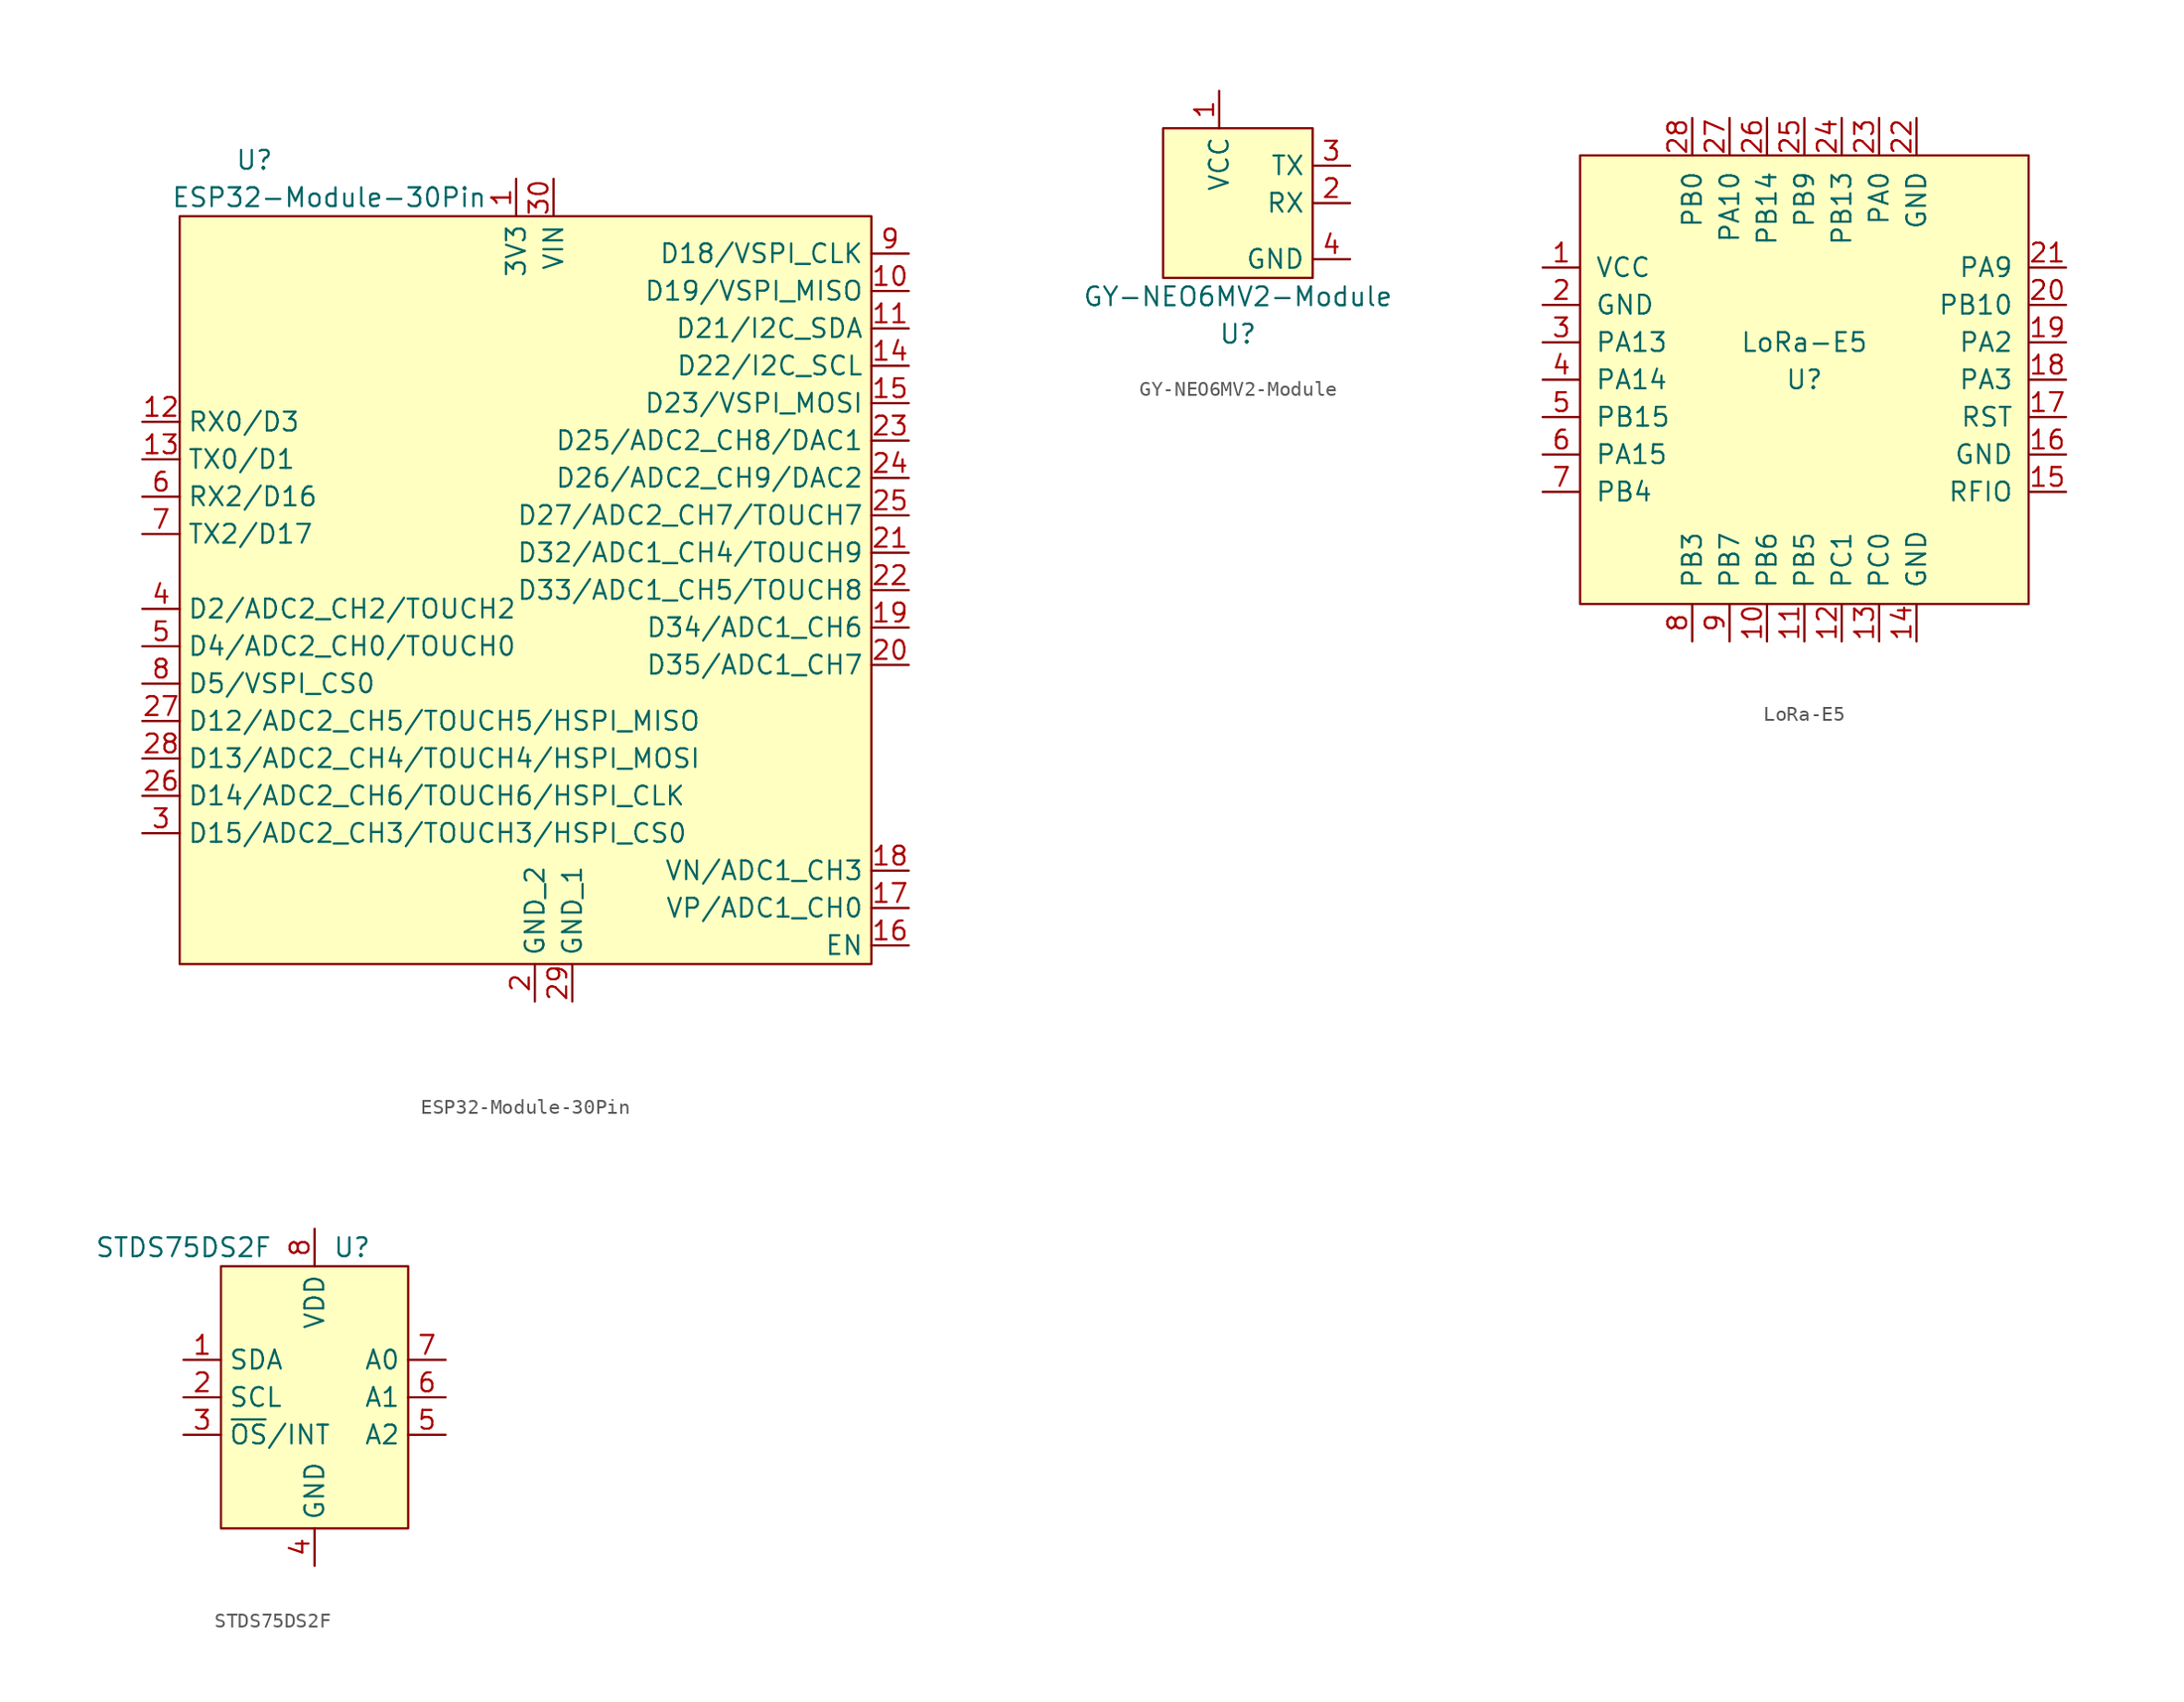
<source format=kicad_sym>
(kicad_symbol_lib
  (version 20220914)
  (generator kicad_symbol_editor)
  (symbol "ESP32-Module-30Pin"
    (property "Reference" "U"
      (at -20.32 19.05 0)
      (effects (font (size 1.27 1.27))))
    (property "Value" "ESP32-Module-30Pin"
      (at -15.24 16.51 0)
      (effects (font (size 1.27 1.27))))
    (symbol "ESP32-Module-30Pin_1_1"
      (rectangle (start -25.4 15.24) (end 21.59 -35.56) (stroke (width 0) (type default)) (fill (type background)))
      (pin bidirectional line (at -2.54 17.78 270) (length 2.54) (name "3V3" (effects (font (size 1.27 1.27)))) (number "1" (effects (font (size 1.27 1.27)))))
      (pin bidirectional line (at 24.13 10.16 180) (length 2.54) (name "D19/VSPI_MISO" (effects (font (size 1.27 1.27)))) (number "10" (effects (font (size 1.27 1.27)))))
      (pin bidirectional line (at 24.13 7.62 180) (length 2.54) (name "D21/I2C_SDA" (effects (font (size 1.27 1.27)))) (number "11" (effects (font (size 1.27 1.27)))))
      (pin bidirectional line (at -27.94 1.27 0) (length 2.54) (name "RX0/D3" (effects (font (size 1.27 1.27)))) (number "12" (effects (font (size 1.27 1.27)))))
      (pin bidirectional line (at -27.94 -1.27 0) (length 2.54) (name "TX0/D1" (effects (font (size 1.27 1.27)))) (number "13" (effects (font (size 1.27 1.27)))))
      (pin bidirectional line (at 24.13 5.08 180) (length 2.54) (name "D22/I2C_SCL" (effects (font (size 1.27 1.27)))) (number "14" (effects (font (size 1.27 1.27)))))
      (pin bidirectional line (at 24.13 2.54 180) (length 2.54) (name "D23/VSPI_MOSI" (effects (font (size 1.27 1.27)))) (number "15" (effects (font (size 1.27 1.27)))))
      (pin bidirectional line (at 24.13 -34.29 180) (length 2.54) (name "EN" (effects (font (size 1.27 1.27)))) (number "16" (effects (font (size 1.27 1.27)))))
      (pin bidirectional line (at 24.13 -31.75 180) (length 2.54) (name "VP/ADC1_CH0" (effects (font (size 1.27 1.27)))) (number "17" (effects (font (size 1.27 1.27)))))
      (pin bidirectional line (at 24.13 -29.21 180) (length 2.54) (name "VN/ADC1_CH3" (effects (font (size 1.27 1.27)))) (number "18" (effects (font (size 1.27 1.27)))))
      (pin bidirectional line (at 24.13 -12.7 180) (length 2.54) (name "D34/ADC1_CH6" (effects (font (size 1.27 1.27)))) (number "19" (effects (font (size 1.27 1.27)))))
      (pin power_in line (at -1.27 -38.1 90) (length 2.54) (name "GND_2" (effects (font (size 1.27 1.27)))) (number "2" (effects (font (size 1.27 1.27)))))
      (pin bidirectional line (at 24.13 -15.24 180) (length 2.54) (name "D35/ADC1_CH7" (effects (font (size 1.27 1.27)))) (number "20" (effects (font (size 1.27 1.27)))))
      (pin bidirectional line (at 24.13 -7.62 180) (length 2.54) (name "D32/ADC1_CH4/TOUCH9" (effects (font (size 1.27 1.27)))) (number "21" (effects (font (size 1.27 1.27)))))
      (pin bidirectional line (at 24.13 -10.16 180) (length 2.54) (name "D33/ADC1_CH5/TOUCH8" (effects (font (size 1.27 1.27)))) (number "22" (effects (font (size 1.27 1.27)))))
      (pin bidirectional line (at 24.13 0 180) (length 2.54) (name "D25/ADC2_CH8/DAC1" (effects (font (size 1.27 1.27)))) (number "23" (effects (font (size 1.27 1.27)))))
      (pin bidirectional line (at 24.13 -2.54 180) (length 2.54) (name "D26/ADC2_CH9/DAC2" (effects (font (size 1.27 1.27)))) (number "24" (effects (font (size 1.27 1.27)))))
      (pin bidirectional line (at 24.13 -5.08 180) (length 2.54) (name "D27/ADC2_CH7/TOUCH7" (effects (font (size 1.27 1.27)))) (number "25" (effects (font (size 1.27 1.27)))))
      (pin bidirectional line (at -27.94 -24.13 0) (length 2.54) (name "D14/ADC2_CH6/TOUCH6/HSPI_CLK" (effects (font (size 1.27 1.27)))) (number "26" (effects (font (size 1.27 1.27)))))
      (pin bidirectional line (at -27.94 -19.05 0) (length 2.54) (name "D12/ADC2_CH5/TOUCH5/HSPI_MISO" (effects (font (size 1.27 1.27)))) (number "27" (effects (font (size 1.27 1.27)))))
      (pin bidirectional line (at -27.94 -21.59 0) (length 2.54) (name "D13/ADC2_CH4/TOUCH4/HSPI_MOSI" (effects (font (size 1.27 1.27)))) (number "28" (effects (font (size 1.27 1.27)))))
      (pin power_in line (at 1.27 -38.1 90) (length 2.54) (name "GND_1" (effects (font (size 1.27 1.27)))) (number "29" (effects (font (size 1.27 1.27)))))
      (pin bidirectional line (at -27.94 -26.67 0) (length 2.54) (name "D15/ADC2_CH3/TOUCH3/HSPI_CS0" (effects (font (size 1.27 1.27)))) (number "3" (effects (font (size 1.27 1.27)))))
      (pin power_in line (at 0 17.78 270) (length 2.54) (name "VIN" (effects (font (size 1.27 1.27)))) (number "30" (effects (font (size 1.27 1.27)))))
      (pin bidirectional line (at -27.94 -11.43 0) (length 2.54) (name "D2/ADC2_CH2/TOUCH2" (effects (font (size 1.27 1.27)))) (number "4" (effects (font (size 1.27 1.27)))))
      (pin bidirectional line (at -27.94 -13.97 0) (length 2.54) (name "D4/ADC2_CH0/TOUCH0" (effects (font (size 1.27 1.27)))) (number "5" (effects (font (size 1.27 1.27)))))
      (pin bidirectional line (at -27.94 -3.81 0) (length 2.54) (name "RX2/D16" (effects (font (size 1.27 1.27)))) (number "6" (effects (font (size 1.27 1.27)))))
      (pin bidirectional line (at -27.94 -6.35 0) (length 2.54) (name "TX2/D17" (effects (font (size 1.27 1.27)))) (number "7" (effects (font (size 1.27 1.27)))))
      (pin bidirectional line (at -27.94 -16.51 0) (length 2.54) (name "D5/VSPI_CS0" (effects (font (size 1.27 1.27)))) (number "8" (effects (font (size 1.27 1.27)))))
      (pin bidirectional line (at 24.13 12.7 180) (length 2.54) (name "D18/VSPI_CLK" (effects (font (size 1.27 1.27)))) (number "9" (effects (font (size 1.27 1.27)))))))
  (symbol "GY-NEO6MV2-Module"
    (property "Reference" "U"
      (at 0 -11.43 0)
      (effects (font (size 1.27 1.27))))
    (property "Value" "GY-NEO6MV2-Module"
      (at 0 -8.89 0)
      (effects (font (size 1.27 1.27))))
    (symbol "GY-NEO6MV2-Module_1_1"
      (rectangle (start -5.08 2.54) (end 5.08 -7.62) (stroke (width 0) (type default)) (fill (type background)))
      (pin power_in line (at -1.27 5.08 270) (length 2.54) (name "VCC" (effects (font (size 1.27 1.27)))) (number "1" (effects (font (size 1.27 1.27)))))
      (pin input line (at 7.62 -2.54 180) (length 2.54) (name "RX" (effects (font (size 1.27 1.27)))) (number "2" (effects (font (size 1.27 1.27)))))
      (pin output line (at 7.62 0 180) (length 2.54) (name "TX" (effects (font (size 1.27 1.27)))) (number "3" (effects (font (size 1.27 1.27)))))
      (pin power_in line (at 7.62 -6.35 180) (length 2.54) (name "GND" (effects (font (size 1.27 1.27)))) (number "4" (effects (font (size 1.27 1.27)))))))
  (symbol "LoRa-E5"
    (pin_names
      (offset 1.016))
    (property "Reference" "U"
      (at 0 0 0)
      (effects (font (size 1.27 1.27))))
    (property "Value" "LoRa-E5"
      (at 0 2.54 0)
      (effects (font (size 1.27 1.27))))
    (symbol "LoRa-E5_0_1"
      (rectangle (start -15.24 15.24) (end 15.24 -15.24) (stroke (width 0) (type solid)) (fill (type background))))
    (symbol "LoRa-E5_1_1"
      (pin input line (at -17.78 7.62 0) (length 2.54) (name "VCC" (effects (font (size 1.27 1.27)))) (number "1" (effects (font (size 1.27 1.27)))))
      (pin input line (at -2.54 -17.78 90) (length 2.54) (name "PB6" (effects (font (size 1.27 1.27)))) (number "10" (effects (font (size 1.27 1.27)))))
      (pin input line (at 0 -17.78 90) (length 2.54) (name "PB5" (effects (font (size 1.27 1.27)))) (number "11" (effects (font (size 1.27 1.27)))))
      (pin input line (at 2.54 -17.78 90) (length 2.54) (name "PC1" (effects (font (size 1.27 1.27)))) (number "12" (effects (font (size 1.27 1.27)))))
      (pin input line (at 5.08 -17.78 90) (length 2.54) (name "PC0" (effects (font (size 1.27 1.27)))) (number "13" (effects (font (size 1.27 1.27)))))
      (pin input line (at 7.62 -17.78 90) (length 2.54) (name "GND" (effects (font (size 1.27 1.27)))) (number "14" (effects (font (size 1.27 1.27)))))
      (pin input line (at 17.78 -7.62 180) (length 2.54) (name "RFIO" (effects (font (size 1.27 1.27)))) (number "15" (effects (font (size 1.27 1.27)))))
      (pin input line (at 17.78 -5.08 180) (length 2.54) (name "GND" (effects (font (size 1.27 1.27)))) (number "16" (effects (font (size 1.27 1.27)))))
      (pin input line (at 17.78 -2.54 180) (length 2.54) (name "RST" (effects (font (size 1.27 1.27)))) (number "17" (effects (font (size 1.27 1.27)))))
      (pin input line (at 17.78 0 180) (length 2.54) (name "PA3" (effects (font (size 1.27 1.27)))) (number "18" (effects (font (size 1.27 1.27)))))
      (pin input line (at 17.78 2.54 180) (length 2.54) (name "PA2" (effects (font (size 1.27 1.27)))) (number "19" (effects (font (size 1.27 1.27)))))
      (pin input line (at -17.78 5.08 0) (length 2.54) (name "GND" (effects (font (size 1.27 1.27)))) (number "2" (effects (font (size 1.27 1.27)))))
      (pin input line (at 17.78 5.08 180) (length 2.54) (name "PB10" (effects (font (size 1.27 1.27)))) (number "20" (effects (font (size 1.27 1.27)))))
      (pin input line (at 17.78 7.62 180) (length 2.54) (name "PA9" (effects (font (size 1.27 1.27)))) (number "21" (effects (font (size 1.27 1.27)))))
      (pin input line (at 7.62 17.78 270) (length 2.54) (name "GND" (effects (font (size 1.27 1.27)))) (number "22" (effects (font (size 1.27 1.27)))))
      (pin input line (at 5.08 17.78 270) (length 2.54) (name "PA0" (effects (font (size 1.27 1.27)))) (number "23" (effects (font (size 1.27 1.27)))))
      (pin input line (at 2.54 17.78 270) (length 2.54) (name "PB13~{}" (effects (font (size 1.27 1.27)))) (number "24" (effects (font (size 1.27 1.27)))))
      (pin input line (at 0 17.78 270) (length 2.54) (name "PB9" (effects (font (size 1.27 1.27)))) (number "25" (effects (font (size 1.27 1.27)))))
      (pin input line (at -2.54 17.78 270) (length 2.54) (name "PB14" (effects (font (size 1.27 1.27)))) (number "26" (effects (font (size 1.27 1.27)))))
      (pin input line (at -5.08 17.78 270) (length 2.54) (name "PA10" (effects (font (size 1.27 1.27)))) (number "27" (effects (font (size 1.27 1.27)))))
      (pin input line (at -7.62 17.78 270) (length 2.54) (name "PB0" (effects (font (size 1.27 1.27)))) (number "28" (effects (font (size 1.27 1.27)))))
      (pin input line (at -17.78 2.54 0) (length 2.54) (name "PA13" (effects (font (size 1.27 1.27)))) (number "3" (effects (font (size 1.27 1.27)))))
      (pin input line (at -17.78 0 0) (length 2.54) (name "PA14" (effects (font (size 1.27 1.27)))) (number "4" (effects (font (size 1.27 1.27)))))
      (pin input line (at -17.78 -2.54 0) (length 2.54) (name "PB15" (effects (font (size 1.27 1.27)))) (number "5" (effects (font (size 1.27 1.27)))))
      (pin input line (at -17.78 -5.08 0) (length 2.54) (name "PA15" (effects (font (size 1.27 1.27)))) (number "6" (effects (font (size 1.27 1.27)))))
      (pin input line (at -17.78 -7.62 0) (length 2.54) (name "PB4" (effects (font (size 1.27 1.27)))) (number "7" (effects (font (size 1.27 1.27)))))
      (pin input line (at -7.62 -17.78 90) (length 2.54) (name "PB3" (effects (font (size 1.27 1.27)))) (number "8" (effects (font (size 1.27 1.27)))))
      (pin input line (at -5.08 -17.78 90) (length 2.54) (name "PB7" (effects (font (size 1.27 1.27)))) (number "9" (effects (font (size 1.27 1.27)))))))
  (symbol "STDS75DS2F"
    (property "Reference" "U"
      (at 2.54 10.16 0)
      (effects (font (size 1.27 1.27))))
    (property "Value" "STDS75DS2F"
      (at -8.89 10.16 0)
      (effects (font (size 1.27 1.27))))
    (symbol "STDS75DS2F_1_1"
      (rectangle (start -6.35 8.89) (end 6.35 -8.89) (stroke (width 0) (type default)) (fill (type background)))
      (pin bidirectional line (at -8.89 2.54 0) (length 2.54) (name "SDA" (effects (font (size 1.27 1.27)))) (number "1" (effects (font (size 1.27 1.27)))))
      (pin input line (at -8.89 0 0) (length 2.54) (name "SCL" (effects (font (size 1.27 1.27)))) (number "2" (effects (font (size 1.27 1.27)))))
      (pin output line (at -8.89 -2.54 0) (length 2.54) (name "~{OS}/INT" (effects (font (size 1.27 1.27)))) (number "3" (effects (font (size 1.27 1.27)))))
      (pin power_in line (at 0 -11.43 90) (length 2.54) (name "GND" (effects (font (size 1.27 1.27)))) (number "4" (effects (font (size 1.27 1.27)))))
      (pin input line (at 8.89 -2.54 180) (length 2.54) (name "A2" (effects (font (size 1.27 1.27)))) (number "5" (effects (font (size 1.27 1.27)))))
      (pin input line (at 8.89 0 180) (length 2.54) (name "A1" (effects (font (size 1.27 1.27)))) (number "6" (effects (font (size 1.27 1.27)))))
      (pin input line (at 8.89 2.54 180) (length 2.54) (name "A0" (effects (font (size 1.27 1.27)))) (number "7" (effects (font (size 1.27 1.27)))))
      (pin power_in line (at 0 11.43 270) (length 2.54) (name "VDD" (effects (font (size 1.27 1.27)))) (number "8" (effects (font (size 1.27 1.27))))))))
</source>
